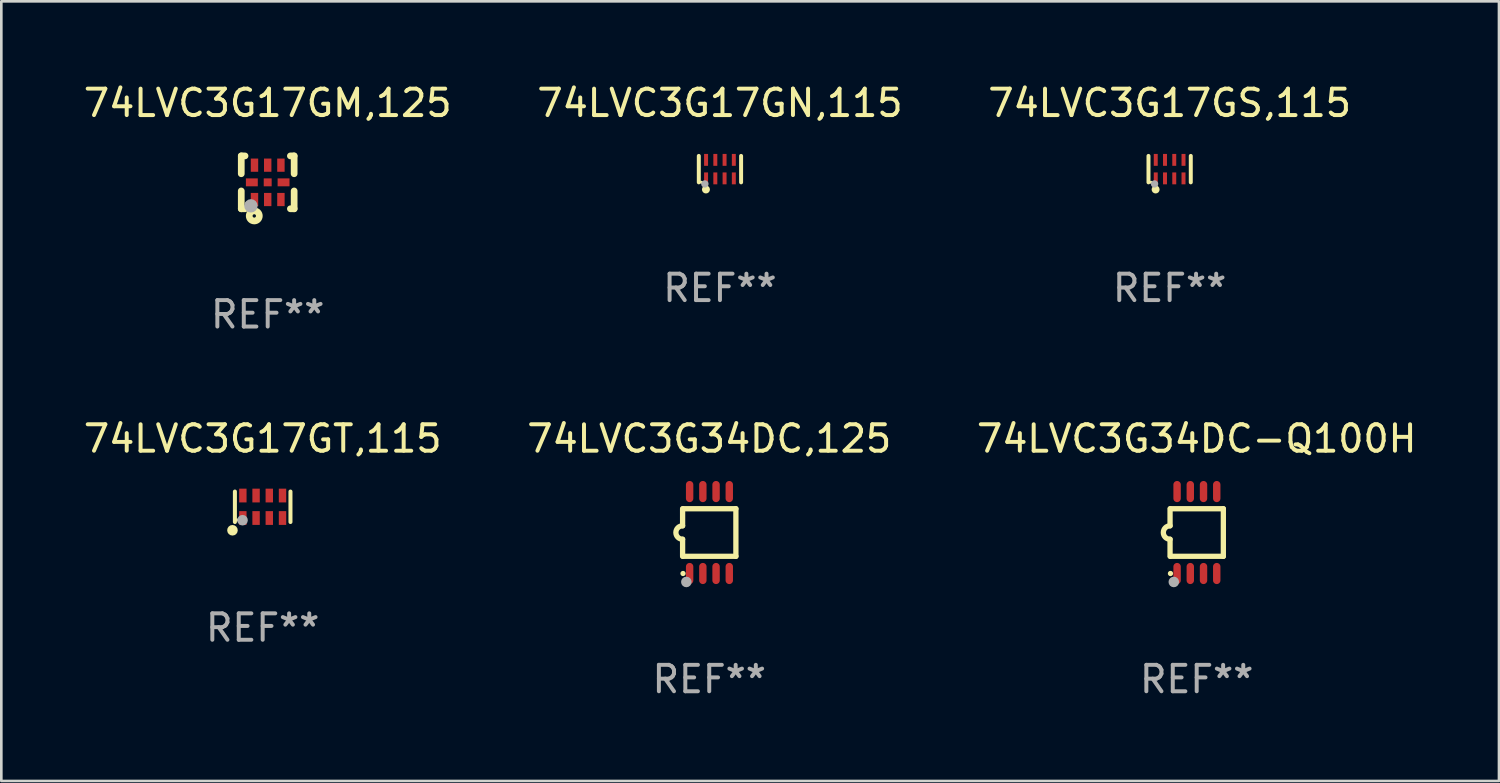
<source format=kicad_pcb>
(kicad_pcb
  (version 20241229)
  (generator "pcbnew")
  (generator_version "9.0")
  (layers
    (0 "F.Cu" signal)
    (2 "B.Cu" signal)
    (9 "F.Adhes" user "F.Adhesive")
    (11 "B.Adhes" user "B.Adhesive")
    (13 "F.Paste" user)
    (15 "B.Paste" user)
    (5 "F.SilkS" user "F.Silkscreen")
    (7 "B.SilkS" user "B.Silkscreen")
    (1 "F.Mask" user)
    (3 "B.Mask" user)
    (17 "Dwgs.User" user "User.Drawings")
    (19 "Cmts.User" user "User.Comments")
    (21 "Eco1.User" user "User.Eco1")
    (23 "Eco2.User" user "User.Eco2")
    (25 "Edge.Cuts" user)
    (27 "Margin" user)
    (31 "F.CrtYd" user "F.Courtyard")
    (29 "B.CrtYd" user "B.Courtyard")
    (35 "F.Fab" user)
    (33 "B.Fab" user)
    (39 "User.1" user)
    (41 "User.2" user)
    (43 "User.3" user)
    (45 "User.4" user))
  (footprint "74LVC3G34DC,125"
    (layer "F.Cu")
    (at 23.78 17.095)
    (property "Reference" "74LVC3G34DC,125" (at 0 -3.55 0) (layer "F.SilkS") (effects (font (size 1 1) (thickness 0.15))))
    (attr through_hole)
    (fp_line (start -1.008 -0.254) (end -1.008 -0.9) (stroke (width 0.2) (type solid)) (layer "F.SilkS"))
    (fp_line (start -1.008 0.254) (end -1.008 0.9) (stroke (width 0.2) (type solid)) (layer "F.SilkS"))
    (fp_line (start -0.992 0.9) (end 1.008 0.9) (stroke (width 0.2) (type solid)) (layer "F.SilkS"))
    (fp_line (start 1.008 -0.9) (end -0.992 -0.9) (stroke (width 0.2) (type solid)) (layer "F.SilkS"))
    (fp_line (start 1.008 0.9) (end 1.008 -0.9) (stroke (width 0.2) (type solid)) (layer "F.SilkS"))
    (fp_arc (start -1.008001 0.254001) (mid -1.262002 0) (end -1.008001 -0.254001) (stroke (width 0.2) (type solid)) (layer "F.SilkS"))
    (fp_circle (center -0.992 1.55) (end -0.942 1.55) (stroke (width 0.1) (type solid)) (fill no) (layer "F.SilkS"))
    (fp_circle (center -0.866 1.87) (end -0.766 1.87) (stroke (width 0.2) (type solid)) (fill no) (layer "F.Fab"))
    (fp_text user "REF**" (at 0 5.55 0) (layer "F.Fab") (effects (font (size 1 1) (thickness 0.15))))
    (pad "1" smd oval (at -0.742 1.55 270) (size 0.8 0.28) (layers "F.Cu" "F.Mask" "F.Paste"))
    (pad "2" smd oval (at -0.242 1.55 270) (size 0.8 0.28) (layers "F.Cu" "F.Mask" "F.Paste"))
    (pad "3" smd oval (at 0.258 1.55 270) (size 0.8 0.28) (layers "F.Cu" "F.Mask" "F.Paste"))
    (pad "4" smd oval (at 0.758 1.55 270) (size 0.8 0.28) (layers "F.Cu" "F.Mask" "F.Paste"))
    (pad "5" smd oval (at 0.758 -1.55 270) (size 0.8 0.28) (layers "F.Cu" "F.Mask" "F.Paste"))
    (pad "6" smd oval (at 0.258 -1.55 270) (size 0.8 0.28) (layers "F.Cu" "F.Mask" "F.Paste"))
    (pad "7" smd oval (at -0.242 -1.55 270) (size 0.8 0.28) (layers "F.Cu" "F.Mask" "F.Paste"))
    (pad "8" smd oval (at -0.742 -1.55 270) (size 0.8 0.28) (layers "F.Cu" "F.Mask" "F.Paste")))
  (footprint "74LVC3G34DC-Q100H"
    (layer "F.Cu")
    (at 42.22 17.095)
    (property "Reference" "74LVC3G34DC-Q100H" (at 0 -3.55 0) (layer "F.SilkS") (effects (font (size 1 1) (thickness 0.15))))
    (attr through_hole)
    (fp_line (start -1.008 -0.254) (end -1.008 -0.9) (stroke (width 0.2) (type solid)) (layer "F.SilkS"))
    (fp_line (start -1.008 0.254) (end -1.008 0.9) (stroke (width 0.2) (type solid)) (layer "F.SilkS"))
    (fp_line (start -0.992 0.9) (end 1.008 0.9) (stroke (width 0.2) (type solid)) (layer "F.SilkS"))
    (fp_line (start 1.008 -0.9) (end -0.992 -0.9) (stroke (width 0.2) (type solid)) (layer "F.SilkS"))
    (fp_line (start 1.008 0.9) (end 1.008 -0.9) (stroke (width 0.2) (type solid)) (layer "F.SilkS"))
    (fp_arc (start -1.008001 0.254001) (mid -1.262002 0) (end -1.008001 -0.254001) (stroke (width 0.2) (type solid)) (layer "F.SilkS"))
    (fp_circle (center -0.992 1.55) (end -0.942 1.55) (stroke (width 0.1) (type solid)) (fill no) (layer "F.SilkS"))
    (fp_circle (center -0.866 1.87) (end -0.766 1.87) (stroke (width 0.2) (type solid)) (fill no) (layer "F.Fab"))
    (fp_text user "REF**" (at 0 5.55 0) (layer "F.Fab") (effects (font (size 1 1) (thickness 0.15))))
    (pad "1" smd oval (at -0.742 1.55 270) (size 0.8 0.28) (layers "F.Cu" "F.Mask" "F.Paste"))
    (pad "2" smd oval (at -0.242 1.55 270) (size 0.8 0.28) (layers "F.Cu" "F.Mask" "F.Paste"))
    (pad "3" smd oval (at 0.258 1.55 270) (size 0.8 0.28) (layers "F.Cu" "F.Mask" "F.Paste"))
    (pad "4" smd oval (at 0.758 1.55 270) (size 0.8 0.28) (layers "F.Cu" "F.Mask" "F.Paste"))
    (pad "5" smd oval (at 0.758 -1.55 270) (size 0.8 0.28) (layers "F.Cu" "F.Mask" "F.Paste"))
    (pad "6" smd oval (at 0.258 -1.55 270) (size 0.8 0.28) (layers "F.Cu" "F.Mask" "F.Paste"))
    (pad "7" smd oval (at -0.242 -1.55 270) (size 0.8 0.28) (layers "F.Cu" "F.Mask" "F.Paste"))
    (pad "8" smd oval (at -0.742 -1.55 270) (size 0.8 0.28) (layers "F.Cu" "F.Mask" "F.Paste")))
  (footprint "74LVC3G17GS,115"
    (layer "F.Cu")
    (at 41.196 3.348)
    (property "Reference" "74LVC3G17GS,115" (at 0 -2.5 0) (layer "F.SilkS") (effects (font (size 1 1) (thickness 0.15))))
    (attr through_hole)
    (fp_line (start -0.8 -0.5) (end -0.8 0.5) (stroke (width 0.15) (type solid)) (layer "F.SilkS"))
    (fp_line (start 0.8 -0.5) (end 0.8 0.5) (stroke (width 0.15) (type solid)) (layer "F.SilkS"))
    (fp_circle (center -0.7 0.5) (end -0.67 0.5) (stroke (width 0.06) (type solid)) (fill no) (layer "F.SilkS"))
    (fp_circle (center -0.53 0.77) (end -0.454 0.77) (stroke (width 0.15) (type solid)) (fill no) (layer "F.SilkS"))
    (fp_circle (center -0.57 0.56) (end -0.5 0.56) (stroke (width 0.14) (type solid)) (fill no) (layer "F.Fab"))
    (fp_text user "REF**" (at 0 4.5 0) (layer "F.Fab") (effects (font (size 1 1) (thickness 0.15))))
    (pad "1" smd rect (at -0.525 0.35) (size 0.15 0.45) (layers "F.Cu" "F.Mask" "F.Paste"))
    (pad "2" smd rect (at -0.175 0.35) (size 0.15 0.45) (layers "F.Cu" "F.Mask" "F.Paste"))
    (pad "3" smd rect (at 0.175 0.35) (size 0.15 0.45) (layers "F.Cu" "F.Mask" "F.Paste"))
    (pad "4" smd rect (at 0.525 0.35) (size 0.15 0.45) (layers "F.Cu" "F.Mask" "F.Paste"))
    (pad "5" smd rect (at 0.525 -0.35) (size 0.15 0.45) (layers "F.Cu" "F.Mask" "F.Paste"))
    (pad "6" smd rect (at 0.175 -0.35) (size 0.15 0.45) (layers "F.Cu" "F.Mask" "F.Paste"))
    (pad "7" smd rect (at -0.175 -0.35) (size 0.15 0.45) (layers "F.Cu" "F.Mask" "F.Paste"))
    (pad "8" smd rect (at -0.525 -0.35) (size 0.15 0.45) (layers "F.Cu" "F.Mask" "F.Paste")))
  (footprint "74LVC3G17GT,115"
    (layer "F.Cu")
    (at 6.887 16.121)
    (property "Reference" "74LVC3G17GT,115" (at 0 -2.576 0) (layer "F.SilkS") (effects (font (size 1 1) (thickness 0.15))))
    (attr through_hole)
    (fp_line (start -1.051 0.576) (end -1.051 -0.576) (stroke (width 0.152) (type solid)) (layer "F.SilkS"))
    (fp_line (start 1.051 -0.576) (end 1.051 0.576) (stroke (width 0.152) (type solid)) (layer "F.SilkS"))
    (fp_circle (center -1.143 0.889) (end -1.043 0.889) (stroke (width 0.2) (type solid)) (fill no) (layer "F.SilkS"))
    (fp_circle (center -0.975 0.5) (end -0.945 0.5) (stroke (width 0.06) (type solid)) (fill no) (layer "F.SilkS"))
    (fp_circle (center -0.762 0.508) (end -0.662 0.508) (stroke (width 0.2) (type solid)) (fill no) (layer "F.Fab"))
    (fp_text user "REF**" (at 0 4.576 0) (layer "F.Fab") (effects (font (size 1 1) (thickness 0.15))))
    (pad "1" smd rect (at -0.75 0.425) (size 0.28 0.521) (layers "F.Cu" "F.Mask" "F.Paste"))
    (pad "2" smd rect (at -0.25 0.425) (size 0.28 0.521) (layers "F.Cu" "F.Mask" "F.Paste"))
    (pad "3" smd rect (at 0.25 0.425) (size 0.28 0.521) (layers "F.Cu" "F.Mask" "F.Paste"))
    (pad "4" smd rect (at 0.75 0.425) (size 0.28 0.521) (layers "F.Cu" "F.Mask" "F.Paste"))
    (pad "5" smd rect (at 0.75 -0.425) (size 0.28 0.521) (layers "F.Cu" "F.Mask" "F.Paste"))
    (pad "6" smd rect (at 0.25 -0.425) (size 0.28 0.521) (layers "F.Cu" "F.Mask" "F.Paste"))
    (pad "7" smd rect (at -0.25 -0.425) (size 0.28 0.521) (layers "F.Cu" "F.Mask" "F.Paste"))
    (pad "8" smd rect (at -0.75 -0.425) (size 0.28 0.521) (layers "F.Cu" "F.Mask" "F.Paste")))
  (footprint "74LVC3G17GM,125"
    (layer "F.Cu")
    (at 7.077 3.848)
    (property "Reference" "74LVC3G17GM,125" (at 0 -3 0) (layer "F.SilkS") (effects (font (size 1 1) (thickness 0.15))))
    (attr through_hole)
    (fp_line (start -1 -1) (end -0.858 -1) (stroke (width 0.254) (type solid)) (layer "F.SilkS"))
    (fp_line (start -1 -0.325) (end -1 -1) (stroke (width 0.254) (type solid)) (layer "F.SilkS"))
    (fp_line (start -1 1) (end -1 0.325) (stroke (width 0.254) (type solid)) (layer "F.SilkS"))
    (fp_line (start -0.858 1) (end -1 1) (stroke (width 0.254) (type solid)) (layer "F.SilkS"))
    (fp_line (start 0.858 -1) (end 1 -1) (stroke (width 0.254) (type solid)) (layer "F.SilkS"))
    (fp_line (start 1 -1) (end 1 -0.325) (stroke (width 0.254) (type solid)) (layer "F.SilkS"))
    (fp_line (start 1 0.325) (end 1 1) (stroke (width 0.254) (type solid)) (layer "F.SilkS"))
    (fp_line (start 1 1) (end 0.858 1) (stroke (width 0.254) (type solid)) (layer "F.SilkS"))
    (fp_circle (center -0.8 0.8) (end -0.77 0.8) (stroke (width 0.06) (type solid)) (fill no) (layer "F.SilkS"))
    (fp_circle (center -0.508 1.27) (end -0.444 1.27) (stroke (width 0.254) (type solid)) (fill no) (layer "F.SilkS"))
    (fp_circle (center -0.635 0.889) (end -0.508 0.889) (stroke (width 0.254) (type solid)) (fill no) (layer "F.Fab"))
    (fp_text user "REF**" (at 0 5 0) (layer "F.Fab") (effects (font (size 1 1) (thickness 0.15))))
    (pad "1" smd rect (at -0.5 0.65 90) (size 0.5 0.28) (layers "F.Cu" "F.Mask" "F.Paste"))
    (pad "2" smd rect (at 0.000013 0.65 90) (size 0.5 0.28) (layers "F.Cu" "F.Mask" "F.Paste"))
    (pad "3" smd rect (at 0.5 0.65 90) (size 0.5 0.28) (layers "F.Cu" "F.Mask" "F.Paste"))
    (pad "4" smd rect (at 0.6 0.000076 180) (size 0.45 0.3) (layers "F.Cu" "F.Mask" "F.Paste"))
    (pad "5" smd rect (at 0.5 -0.65 90) (size 0.5 0.28) (layers "F.Cu" "F.Mask" "F.Paste"))
    (pad "6" smd rect (at 0.000013 -0.65 90) (size 0.5 0.28) (layers "F.Cu" "F.Mask" "F.Paste"))
    (pad "7" smd rect (at -0.5 -0.65 90) (size 0.5 0.28) (layers "F.Cu" "F.Mask" "F.Paste"))
    (pad "8" smd rect (at -0.6 0.000076 180) (size 0.45 0.3) (layers "F.Cu" "F.Mask" "F.Paste"))
    (pad "9" smd rect (at 0.000013 0.000076 180) (size 0.3 0.3) (layers "F.Cu" "F.Mask" "F.Paste")))
  (footprint "74LVC3G17GN,115"
    (layer "F.Cu")
    (at 24.185 3.348)
    (property "Reference" "74LVC3G17GN,115" (at 0 -2.5 0) (layer "F.SilkS") (effects (font (size 1 1) (thickness 0.15))))
    (attr through_hole)
    (fp_line (start -0.8 -0.5) (end -0.8 0.5) (stroke (width 0.15) (type solid)) (layer "F.SilkS"))
    (fp_line (start 0.8 -0.5) (end 0.8 0.5) (stroke (width 0.15) (type solid)) (layer "F.SilkS"))
    (fp_circle (center -0.7 0.5) (end -0.67 0.5) (stroke (width 0.06) (type solid)) (fill no) (layer "F.SilkS"))
    (fp_circle (center -0.53 0.77) (end -0.454 0.77) (stroke (width 0.15) (type solid)) (fill no) (layer "F.SilkS"))
    (fp_circle (center -0.57 0.56) (end -0.5 0.56) (stroke (width 0.14) (type solid)) (fill no) (layer "F.Fab"))
    (fp_text user "REF**" (at 0 4.5 0) (layer "F.Fab") (effects (font (size 1 1) (thickness 0.15))))
    (pad "1" smd rect (at -0.525 0.35) (size 0.15 0.45) (layers "F.Cu" "F.Mask" "F.Paste"))
    (pad "2" smd rect (at -0.175 0.35) (size 0.15 0.45) (layers "F.Cu" "F.Mask" "F.Paste"))
    (pad "3" smd rect (at 0.175 0.35) (size 0.15 0.45) (layers "F.Cu" "F.Mask" "F.Paste"))
    (pad "4" smd rect (at 0.525 0.35) (size 0.15 0.45) (layers "F.Cu" "F.Mask" "F.Paste"))
    (pad "5" smd rect (at 0.525 -0.35) (size 0.15 0.45) (layers "F.Cu" "F.Mask" "F.Paste"))
    (pad "6" smd rect (at 0.175 -0.35) (size 0.15 0.45) (layers "F.Cu" "F.Mask" "F.Paste"))
    (pad "7" smd rect (at -0.175 -0.35) (size 0.15 0.45) (layers "F.Cu" "F.Mask" "F.Paste"))
    (pad "8" smd rect (at -0.525 -0.35) (size 0.15 0.45) (layers "F.Cu" "F.Mask" "F.Paste")))
  (gr_rect
    (start -3 -3)
    (end 53.655 26.493)
    (stroke (width 0.1) (type default))
    (fill no)
    (layer "Edge.Cuts")))
</source>
